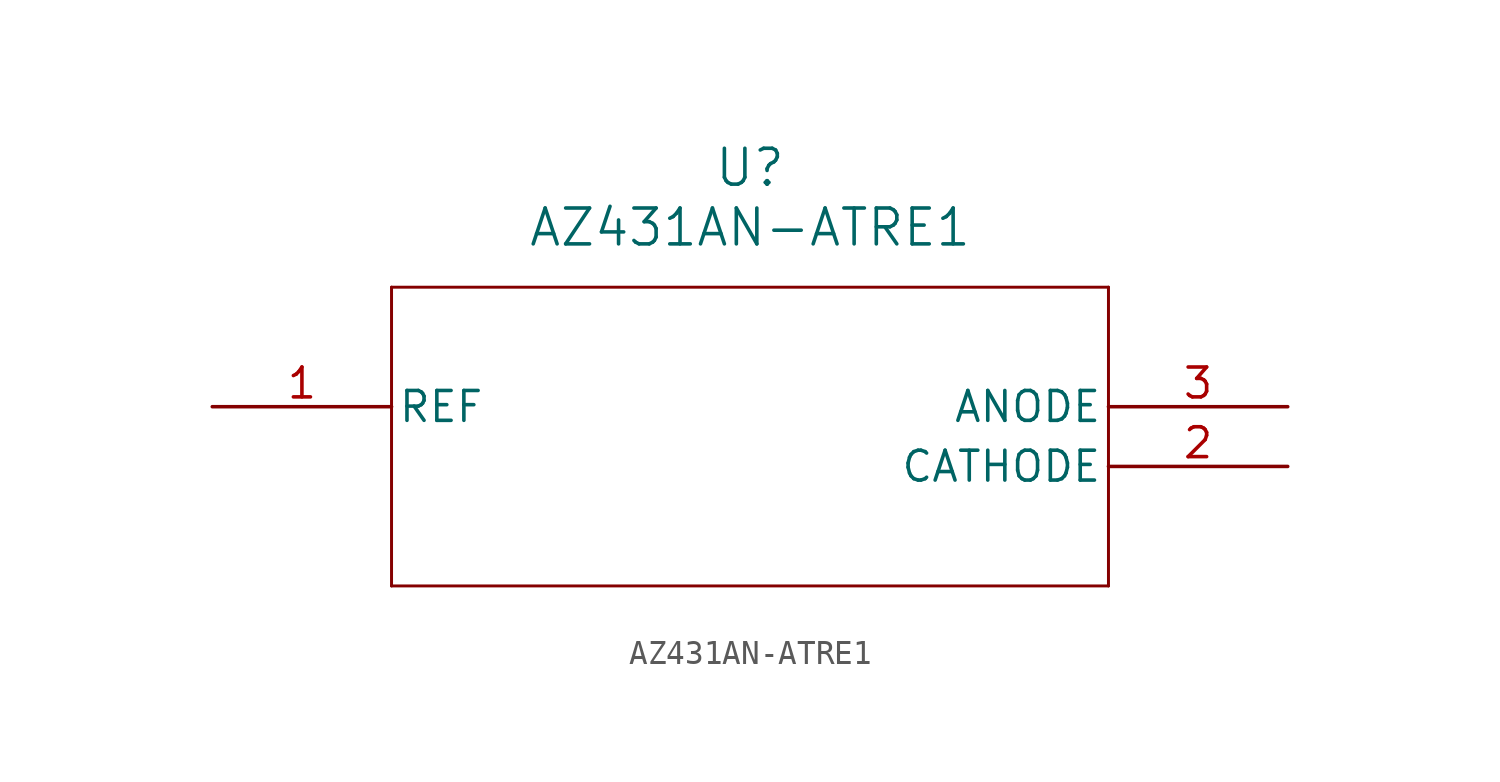
<source format=kicad_sym>
(kicad_symbol_lib
  (version 20211014)
  (generator kicad_symbol_editor)
  (symbol "AZ431AN-ATRE1"
    (pin_names
      (offset 0.254))
    (property "Reference" "U"
      (at 22.86 10.16 0)
      (effects (font (size 1.524 1.524))))
    (property "Value" "AZ431AN-ATRE1"
      (at 22.86 7.62 0)
      (effects (font (size 1.524 1.524))))
    (symbol "AZ431AN-ATRE1_0_1"
      (polyline (pts (xy 7.62 5.08) (xy 7.62 -7.62)) (stroke (width 0.127) (type default) (color 0 0 0 0)) (fill (type none)))
      (polyline (pts (xy 7.62 -7.62) (xy 38.1 -7.62)) (stroke (width 0.127) (type default) (color 0 0 0 0)) (fill (type none)))
      (polyline (pts (xy 38.1 -7.62) (xy 38.1 5.08)) (stroke (width 0.127) (type default) (color 0 0 0 0)) (fill (type none)))
      (polyline (pts (xy 38.1 5.08) (xy 7.62 5.08)) (stroke (width 0.127) (type default) (color 0 0 0 0)) (fill (type none)))
      (pin unspecified line (at 0 0 0) (length 7.62) (name "REF" (effects (font (size 1.27 1.27)))) (number "1" (effects (font (size 1.27 1.27)))))
      (pin unspecified line (at 45.72 -2.54 180) (length 7.62) (name "CATHODE" (effects (font (size 1.27 1.27)))) (number "2" (effects (font (size 1.27 1.27)))))
      (pin unspecified line (at 45.72 0 180) (length 7.62) (name "ANODE" (effects (font (size 1.27 1.27)))) (number "3" (effects (font (size 1.27 1.27))))))))
</source>
